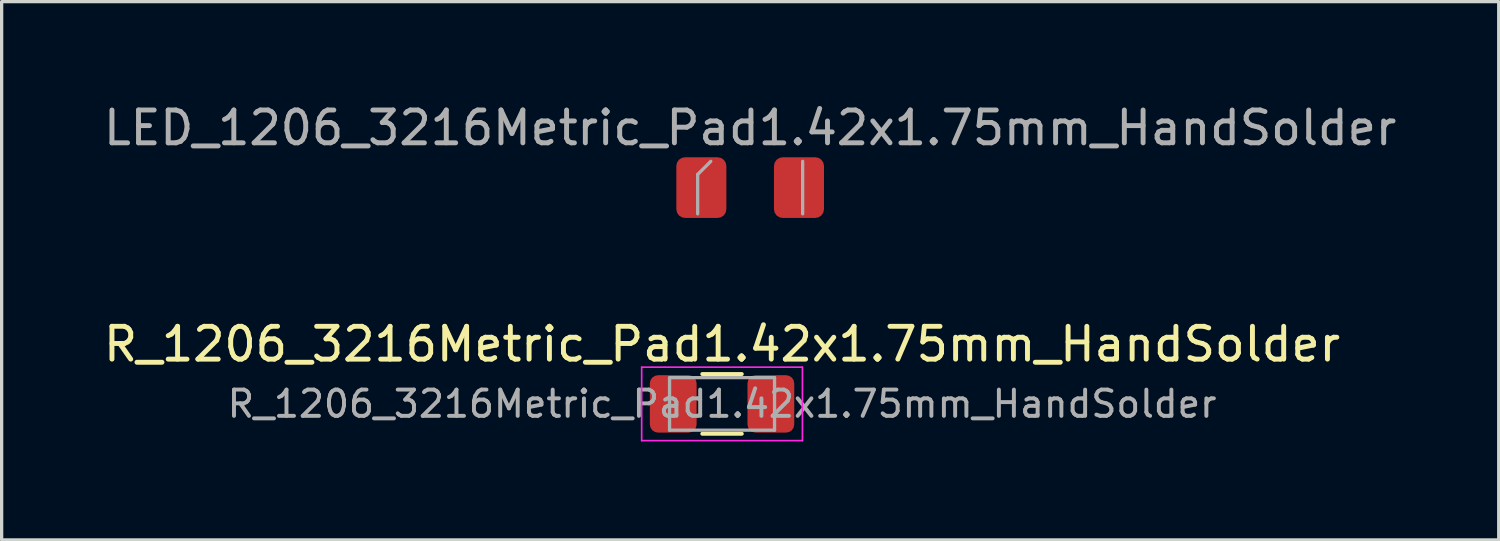
<source format=kicad_pcb>
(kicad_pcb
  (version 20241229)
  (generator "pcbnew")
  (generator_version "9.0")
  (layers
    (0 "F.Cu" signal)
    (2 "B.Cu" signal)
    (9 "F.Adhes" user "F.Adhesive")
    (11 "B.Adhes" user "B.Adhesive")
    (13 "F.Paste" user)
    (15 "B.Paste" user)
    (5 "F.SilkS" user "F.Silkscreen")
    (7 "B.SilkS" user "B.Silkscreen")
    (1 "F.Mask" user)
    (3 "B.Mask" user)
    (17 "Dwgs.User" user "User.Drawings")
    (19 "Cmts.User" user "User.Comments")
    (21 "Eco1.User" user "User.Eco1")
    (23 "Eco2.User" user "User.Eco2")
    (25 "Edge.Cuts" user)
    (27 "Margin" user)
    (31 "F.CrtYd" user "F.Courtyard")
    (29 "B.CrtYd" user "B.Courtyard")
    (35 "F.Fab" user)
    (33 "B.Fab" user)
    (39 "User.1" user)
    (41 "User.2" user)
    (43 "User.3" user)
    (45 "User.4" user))
  (footprint "LED_1206_3216Metric_Pad1.42x1.75mm_HandSolder"
    (layer "F.Cu")
    (at 19.815 2.668)
    (property "Reference" "LED_1206_3216Metric_Pad1.42x1.75mm_HandSolder" (at 0 -1.82 0) (layer "F.Fab") (effects (font (size 1 1) (thickness 0.15))))
    (attr smd)
    (fp_line (start -1.6 -0.4) (end -1.6 0.8) (stroke (width 0.1) (type solid)) (layer "F.Fab"))
    (fp_line (start -1.2 -0.8) (end -1.6 -0.4) (stroke (width 0.1) (type solid)) (layer "F.Fab"))
    (fp_line (start 1.6 0.8) (end 1.6 -0.8) (stroke (width 0.1) (type solid)) (layer "F.Fab"))
    (pad "1" smd roundrect (at -1.488 0) (size 1.525 1.85) (layers "F.Cu" "F.Mask" "F.Paste") (roundrect_rratio 0.175))
    (pad "2" smd roundrect (at 1.488 0) (size 1.525 1.85) (layers "F.Cu" "F.Mask" "F.Paste") (roundrect_rratio 0.175)))
  (footprint "R_1206_3216Metric_Pad1.42x1.75mm_HandSolder"
    (layer "F.Cu")
    (at 18.958 9.261)
    (property "Reference" "R_1206_3216Metric_Pad1.42x1.75mm_HandSolder" (at 0 -1.82 180) (layer "F.SilkS") (effects (font (size 1 1) (thickness 0.15))))
    (attr smd)
    (fp_line (start -0.602 -0.91) (end 0.602 -0.91) (stroke (width 0.12) (type solid)) (layer "F.SilkS"))
    (fp_line (start -0.602 0.91) (end 0.602 0.91) (stroke (width 0.12) (type solid)) (layer "F.SilkS"))
    (fp_line (start -2.45 -1.12) (end 2.45 -1.12) (stroke (width 0.05) (type solid)) (layer "F.CrtYd"))
    (fp_line (start -2.45 1.12) (end -2.45 -1.12) (stroke (width 0.05) (type solid)) (layer "F.CrtYd"))
    (fp_line (start 2.45 -1.12) (end 2.45 1.12) (stroke (width 0.05) (type solid)) (layer "F.CrtYd"))
    (fp_line (start 2.45 1.12) (end -2.45 1.12) (stroke (width 0.05) (type solid)) (layer "F.CrtYd"))
    (fp_line (start -1.6 -0.8) (end 1.6 -0.8) (stroke (width 0.1) (type solid)) (layer "F.Fab"))
    (fp_line (start -1.6 0.8) (end -1.6 -0.8) (stroke (width 0.1) (type solid)) (layer "F.Fab"))
    (fp_line (start 1.6 -0.8) (end 1.6 0.8) (stroke (width 0.1) (type solid)) (layer "F.Fab"))
    (fp_line (start 1.6 0.8) (end -1.6 0.8) (stroke (width 0.1) (type solid)) (layer "F.Fab"))
    (fp_text user "${REFERENCE}" (at 0 0 180) (layer "F.Fab") (effects (font (size 0.8 0.8) (thickness 0.12))))
    (pad "1" smd roundrect (at -1.488 0) (size 1.425 1.75) (layers "F.Cu" "F.Mask" "F.Paste") (roundrect_rratio 0.175))
    (pad "2" smd roundrect (at 1.488 0) (size 1.425 1.75) (layers "F.Cu" "F.Mask" "F.Paste") (roundrect_rratio 0.175)))
  (gr_rect
    (start -3 -3)
    (end 42.631 13.406)
    (stroke (width 0.1) (type default))
    (fill no)
    (layer "Edge.Cuts")))
</source>
